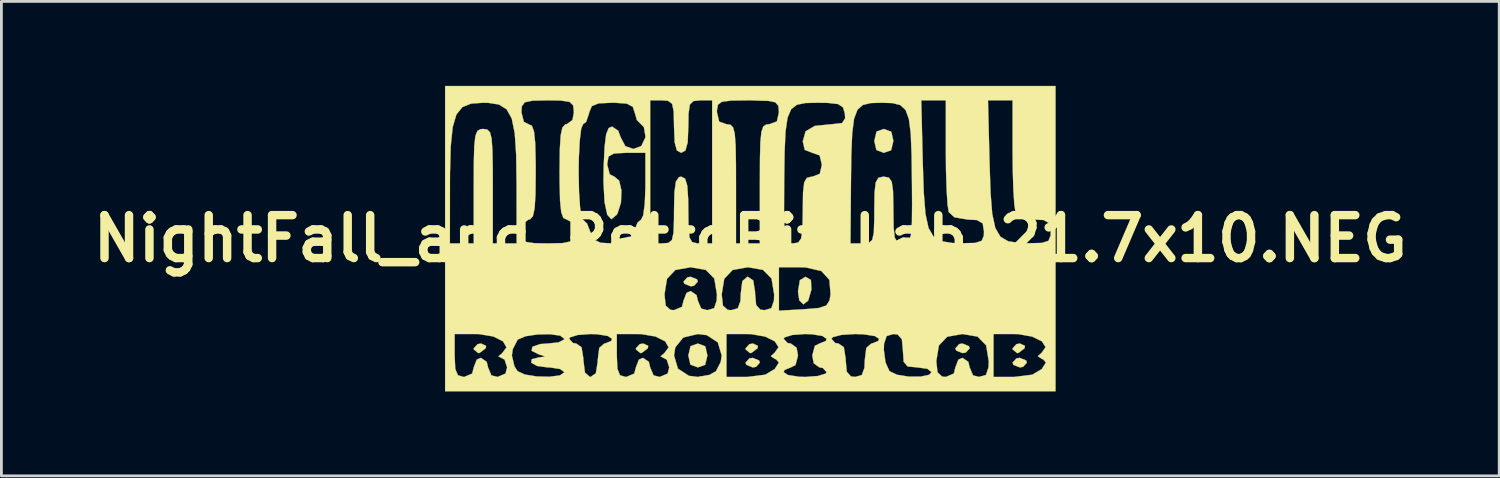
<source format=kicad_pcb>
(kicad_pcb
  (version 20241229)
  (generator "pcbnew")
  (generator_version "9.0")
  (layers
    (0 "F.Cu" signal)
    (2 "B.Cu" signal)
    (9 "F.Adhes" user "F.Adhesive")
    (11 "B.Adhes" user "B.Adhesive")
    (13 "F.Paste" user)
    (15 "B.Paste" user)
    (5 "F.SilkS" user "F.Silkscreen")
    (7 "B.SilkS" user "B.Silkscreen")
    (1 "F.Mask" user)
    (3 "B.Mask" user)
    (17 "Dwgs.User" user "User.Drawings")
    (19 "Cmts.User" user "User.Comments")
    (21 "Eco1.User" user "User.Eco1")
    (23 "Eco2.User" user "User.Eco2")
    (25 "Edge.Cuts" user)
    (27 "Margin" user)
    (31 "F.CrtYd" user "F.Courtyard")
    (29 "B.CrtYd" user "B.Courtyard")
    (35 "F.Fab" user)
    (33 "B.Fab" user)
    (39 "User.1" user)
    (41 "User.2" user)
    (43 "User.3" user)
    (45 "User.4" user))
  (footprint "NightFall_and_RetroBit_Lab_21.7x10.NEG"
    (layer "F.Cu")
    (at 23.593 5.424)
    (property "Reference" "NightFall_and_RetroBit_Lab_21.7x10.NEG" (at 0 0 0) (layer "F.SilkS") (effects (font (size 1.524 1.524) (thickness 0.3))))
    (attr through_hole)
    (fp_poly (pts (xy -9.382 3.807) (xy -9.398 3.895) (xy -9.614 4.058) (xy -9.662 4.064) (xy -9.817 3.935) (xy -9.821 3.895) (xy -9.684 3.746) (xy -9.557 3.725) (xy -9.382 3.807)) (stroke (width 0.01) (type solid)) (fill yes) (layer "F.SilkS"))
    (fp_poly (pts (xy -3.625 3.807) (xy -3.641 3.895) (xy -3.857 4.058) (xy -3.905 4.064) (xy -4.059 3.935) (xy -4.064 3.895) (xy -3.926 3.746) (xy -3.8 3.725) (xy -3.625 3.807)) (stroke (width 0.01) (type solid)) (fill yes) (layer "F.SilkS"))
    (fp_poly (pts (xy -1.891 1.446) (xy -1.863 1.524) (xy -2 1.674) (xy -2.117 1.693) (xy -2.342 1.602) (xy -2.371 1.524) (xy -2.234 1.374) (xy -2.117 1.355) (xy -1.891 1.446)) (stroke (width 0.01) (type solid)) (fill yes) (layer "F.SilkS"))
    (fp_poly (pts (xy -1.597 3.825) (xy -1.524 4.149) (xy -1.603 4.481) (xy -1.863 4.572) (xy -2.128 4.473) (xy -2.201 4.149) (xy -2.122 3.817) (xy -1.863 3.725) (xy -1.597 3.825)) (stroke (width 0.01) (type solid)) (fill yes) (layer "F.SilkS"))
    (fp_poly (pts (xy 0.27 3.807) (xy 0.254 3.895) (xy 0.038 4.058) (xy -0.01 4.064) (xy -0.165 3.935) (xy -0.169 3.895) (xy -0.032 3.746) (xy 0.095 3.725) (xy 0.27 3.807)) (stroke (width 0.01) (type solid)) (fill yes) (layer "F.SilkS"))
    (fp_poly (pts (xy 0.31 4.325) (xy 0.339 4.403) (xy 0.202 4.553) (xy 0.085 4.572) (xy -0.141 4.481) (xy -0.169 4.403) (xy -0.032 4.252) (xy 0.085 4.233) (xy 0.31 4.325)) (stroke (width 0.01) (type solid)) (fill yes) (layer "F.SilkS"))
    (fp_poly (pts (xy 2.152 1.467) (xy 2.17 1.807) (xy 2.055 2.202) (xy 1.884 2.333) (xy 1.739 2.191) (xy 1.693 1.877) (xy 1.76 1.475) (xy 1.959 1.355) (xy 2.152 1.467)) (stroke (width 0.01) (type solid)) (fill yes) (layer "F.SilkS"))
    (fp_poly (pts (xy 5.007 -3.795) (xy 5.08 -3.471) (xy 5.001 -3.139) (xy 4.741 -3.048) (xy 4.476 -3.147) (xy 4.403 -3.471) (xy 4.482 -3.803) (xy 4.741 -3.895) (xy 5.007 -3.795)) (stroke (width 0.01) (type solid)) (fill yes) (layer "F.SilkS"))
    (fp_poly (pts (xy 7.761 3.817) (xy 7.789 3.895) (xy 7.652 4.045) (xy 7.535 4.064) (xy 7.31 3.973) (xy 7.281 3.895) (xy 7.418 3.744) (xy 7.535 3.725) (xy 7.761 3.817)) (stroke (width 0.01) (type solid)) (fill yes) (layer "F.SilkS"))
    (fp_poly (pts (xy 9.753 3.807) (xy 9.737 3.895) (xy 9.52 4.058) (xy 9.473 4.064) (xy 9.318 3.935) (xy 9.313 3.895) (xy 9.451 3.746) (xy 9.577 3.725) (xy 9.753 3.807)) (stroke (width 0.01) (type solid)) (fill yes) (layer "F.SilkS"))
    (fp_poly (pts (xy 9.793 4.325) (xy 9.821 4.403) (xy 9.684 4.553) (xy 9.567 4.572) (xy 9.342 4.481) (xy 9.313 4.403) (xy 9.45 4.252) (xy 9.567 4.233) (xy 9.793 4.325)) (stroke (width 0.01) (type solid)) (fill yes) (layer "F.SilkS"))
    (fp_poly (pts (xy 10.837 5.419) (xy -10.837 5.419) (xy -10.837 3.387) (xy -10.499 3.387) (xy -10.499 4.149) (xy -10.477 4.625) (xy -10.384 4.85) (xy -10.184 4.91) (xy -10.16 4.911) (xy -9.877 4.791) (xy -9.821 4.572) (xy -9.715 4.296) (xy -9.567 4.233) (xy -9.36 4.375) (xy -9.313 4.572) (xy -9.194 4.855) (xy -8.975 4.911) (xy -8.692 4.791) (xy -8.636 4.572) (xy -8.725 4.296) (xy -8.848 4.231) (xy -8.945 4.179) (xy -8.908 4.149) (xy -8.467 4.149) (xy -8.375 4.537) (xy -8.263 4.707) (xy -8.001 4.827) (xy -7.583 4.893) (xy -7.131 4.904) (xy -6.764 4.857) (xy -6.604 4.748) (xy -6.604 4.741) (xy -6.753 4.629) (xy -7.119 4.573) (xy -7.197 4.572) (xy -7.576 4.52) (xy -7.781 4.403) (xy -7.76 4.28) (xy -7.493 4.214) (xy -7.284 4.19) (xy -7.405 4.14) (xy -7.493 4.117) (xy -7.765 3.983) (xy -7.741 3.842) (xy -7.459 3.743) (xy -7.197 3.725) (xy -6.805 3.683) (xy -6.609 3.578) (xy -6.604 3.556) (xy -6.435 3.556) (xy -6.298 3.706) (xy -6.181 3.725) (xy -5.993 3.854) (xy -5.927 4.264) (xy -5.927 4.318) (xy -5.872 4.756) (xy -5.696 4.91) (xy -5.673 4.911) (xy -5.485 4.782) (xy -5.419 4.372) (xy -5.419 4.318) (xy -5.364 3.88) (xy -5.188 3.726) (xy -5.165 3.725) (xy -4.939 3.634) (xy -4.911 3.556) (xy -5.062 3.455) (xy -5.445 3.394) (xy -5.673 3.387) (xy -4.741 3.387) (xy -4.741 4.149) (xy -4.719 4.625) (xy -4.627 4.85) (xy -4.427 4.91) (xy -4.403 4.911) (xy -4.12 4.791) (xy -4.064 4.572) (xy -3.958 4.296) (xy -3.81 4.233) (xy -3.603 4.375) (xy -3.556 4.572) (xy -3.436 4.855) (xy -3.217 4.911) (xy -2.934 4.791) (xy -2.879 4.572) (xy -2.967 4.296) (xy -3.09 4.231) (xy -3.188 4.179) (xy -3.15 4.149) (xy -2.709 4.149) (xy -2.571 4.615) (xy -2.181 4.871) (xy -1.863 4.911) (xy -1.45 4.837) (xy -1.219 4.707) (xy -1.05 4.377) (xy -1.016 4.149) (xy -1.154 3.682) (xy -1.545 3.427) (xy -1.863 3.387) (xy -0.847 3.387) (xy -0.847 4.911) (xy -0.105 4.911) (xy 0.532 4.831) (xy 0.868 4.629) (xy 1.014 4.398) (xy 0.913 4.285) (xy 0.87 4.27) (xy 0.728 4.173) (xy 0.859 4.056) (xy 1.002 3.854) (xy 0.871 3.647) (xy 0.686 3.556) (xy 1.185 3.556) (xy 1.322 3.706) (xy 1.439 3.725) (xy 1.644 3.873) (xy 1.693 4.149) (xy 1.605 4.489) (xy 1.439 4.572) (xy 1.214 4.663) (xy 1.185 4.741) (xy 1.337 4.842) (xy 1.72 4.903) (xy 1.947 4.911) (xy 2.402 4.877) (xy 2.674 4.792) (xy 2.709 4.741) (xy 2.572 4.591) (xy 2.455 4.572) (xy 2.251 4.425) (xy 2.201 4.149) (xy 2.29 3.808) (xy 2.455 3.725) (xy 2.681 3.634) (xy 2.709 3.556) (xy 2.879 3.556) (xy 3.016 3.706) (xy 3.133 3.725) (xy 3.321 3.854) (xy 3.386 4.264) (xy 3.387 4.318) (xy 3.425 4.726) (xy 3.572 4.891) (xy 3.725 4.911) (xy 3.959 4.844) (xy 4.053 4.586) (xy 4.064 4.318) (xy 4.111 3.945) (xy 4.741 3.945) (xy 4.8 4.394) (xy 4.94 4.703) (xy 4.945 4.707) (xy 5.211 4.833) (xy 5.618 4.898) (xy 6.04 4.9) (xy 6.35 4.835) (xy 6.435 4.741) (xy 6.288 4.622) (xy 5.933 4.572) (xy 5.927 4.572) (xy 5.585 4.539) (xy 5.445 4.371) (xy 5.444 4.352) (xy 6.604 4.352) (xy 6.647 4.746) (xy 6.813 4.898) (xy 6.943 4.911) (xy 7.226 4.791) (xy 7.281 4.572) (xy 7.387 4.296) (xy 7.535 4.233) (xy 7.742 4.375) (xy 7.789 4.572) (xy 7.909 4.855) (xy 8.128 4.911) (xy 8.367 4.84) (xy 8.459 4.567) (xy 8.467 4.352) (xy 8.374 3.789) (xy 8.071 3.479) (xy 7.535 3.387) (xy 8.636 3.387) (xy 8.636 4.911) (xy 9.377 4.911) (xy 10.014 4.831) (xy 10.351 4.629) (xy 10.497 4.398) (xy 10.395 4.285) (xy 10.353 4.27) (xy 10.211 4.173) (xy 10.342 4.056) (xy 10.485 3.854) (xy 10.354 3.647) (xy 10.011 3.479) (xy 9.519 3.391) (xy 9.377 3.387) (xy 8.636 3.387) (xy 7.535 3.387) (xy 6.992 3.483) (xy 6.694 3.797) (xy 6.604 4.352) (xy 5.444 4.352) (xy 5.419 3.979) (xy 5.381 3.571) (xy 5.233 3.406) (xy 5.08 3.387) (xy 4.841 3.458) (xy 4.749 3.731) (xy 4.741 3.945) (xy 4.111 3.945) (xy 4.119 3.88) (xy 4.295 3.726) (xy 4.318 3.725) (xy 4.543 3.634) (xy 4.572 3.556) (xy 4.42 3.459) (xy 4.03 3.398) (xy 3.725 3.387) (xy 3.242 3.417) (xy 2.936 3.495) (xy 2.879 3.556) (xy 2.709 3.556) (xy 2.558 3.455) (xy 2.175 3.394) (xy 1.947 3.387) (xy 1.493 3.42) (xy 1.22 3.505) (xy 1.185 3.556) (xy 0.686 3.556) (xy 0.529 3.479) (xy 0.036 3.391) (xy -0.105 3.387) (xy -0.847 3.387) (xy -1.863 3.387) (xy -2.381 3.511) (xy -2.665 3.862) (xy -2.709 4.149) (xy -3.15 4.149) (xy -3.059 4.074) (xy -2.901 3.861) (xy -3.022 3.647) (xy -3.364 3.476) (xy -3.869 3.39) (xy -4 3.387) (xy -4.741 3.387) (xy -5.673 3.387) (xy -6.127 3.42) (xy -6.4 3.505) (xy -6.435 3.556) (xy -6.604 3.556) (xy -6.75 3.445) (xy -7.109 3.394) (xy -7.56 3.402) (xy -7.982 3.466) (xy -8.256 3.583) (xy -8.263 3.59) (xy -8.433 3.92) (xy -8.467 4.149) (xy -8.908 4.149) (xy -8.816 4.074) (xy -8.659 3.861) (xy -8.78 3.647) (xy -9.121 3.476) (xy -9.626 3.39) (xy -9.757 3.387) (xy -10.499 3.387) (xy -10.837 3.387) (xy -10.837 1.981) (xy -3.048 1.981) (xy -3.005 2.375) (xy -2.839 2.527) (xy -2.709 2.54) (xy -2.426 2.42) (xy -2.371 2.201) (xy -2.265 1.926) (xy -2.117 1.863) (xy -1.91 2.004) (xy -1.863 2.201) (xy -1.743 2.484) (xy -1.524 2.54) (xy -1.285 2.469) (xy -1.193 2.196) (xy -1.185 1.981) (xy -1.016 1.981) (xy -0.973 2.375) (xy -0.807 2.527) (xy -0.677 2.54) (xy -0.444 2.474) (xy -0.35 2.215) (xy -0.339 1.947) (xy -0.284 1.509) (xy -0.108 1.356) (xy -0.085 1.355) (xy 0.103 1.483) (xy 0.169 1.893) (xy 0.169 1.947) (xy 0.207 2.356) (xy 0.355 2.521) (xy 0.508 2.54) (xy 0.747 2.469) (xy 0.839 2.196) (xy 0.847 1.981) (xy 0.754 1.418) (xy 0.451 1.109) (xy -0.085 1.016) (xy 1.016 1.016) (xy 1.016 2.558) (xy 1.905 2.507) (xy 2.426 2.463) (xy 2.698 2.375) (xy 2.813 2.193) (xy 2.849 1.979) (xy 2.808 1.463) (xy 2.524 1.151) (xy 1.972 1.023) (xy 1.757 1.016) (xy 1.016 1.016) (xy -0.085 1.016) (xy -0.628 1.112) (xy -0.926 1.426) (xy -1.016 1.981) (xy -1.185 1.981) (xy -1.278 1.418) (xy -1.581 1.109) (xy -2.117 1.016) (xy -2.66 1.112) (xy -2.958 1.426) (xy -3.048 1.981) (xy -10.837 1.981) (xy -10.837 0.169) (xy -10.668 0.169) (xy -9.821 0.169) (xy -9.821 -1.863) (xy -9.818 -2.72) (xy -9.802 -3.296) (xy -9.763 -3.645) (xy -9.693 -3.823) (xy -9.582 -3.887) (xy -9.483 -3.895) (xy -9.34 -3.875) (xy -9.244 -3.778) (xy -9.186 -3.547) (xy -9.156 -3.127) (xy -9.145 -2.461) (xy -9.144 -1.863) (xy -9.144 0.169) (xy -8.297 0.169) (xy -8.3 -1.905) (xy -8.314 -2.97) (xy -8.365 -3.743) (xy -8.472 -4.268) (xy -8.594 -4.487) (xy -8.128 -4.487) (xy -8.04 -4.147) (xy -7.874 -4.064) (xy -7.756 -4.008) (xy -7.68 -3.803) (xy -7.638 -3.393) (xy -7.621 -2.723) (xy -7.62 -2.371) (xy -7.628 -1.581) (xy -7.659 -1.074) (xy -7.721 -0.794) (xy -7.821 -0.685) (xy -7.874 -0.677) (xy -8.078 -0.53) (xy -8.128 -0.254) (xy -8.104 -0.012) (xy -7.976 0.115) (xy -7.662 0.162) (xy -7.197 0.169) (xy -6.663 0.158) (xy -6.386 0.1) (xy -6.281 -0.043) (xy -6.265 -0.254) (xy -6.354 -0.594) (xy -6.519 -0.677) (xy -6.638 -0.733) (xy -6.714 -0.938) (xy -6.756 -1.348) (xy -6.772 -2.018) (xy -6.773 -2.371) (xy -6.096 -2.371) (xy -6.082 -1.66) (xy -6.044 -1.096) (xy -5.989 -0.751) (xy -5.945 -0.677) (xy -5.796 -0.534) (xy -5.688 -0.254) (xy -5.567 0.025) (xy -5.319 0.146) (xy -4.911 0.169) (xy -4.461 0.137) (xy -4.235 -0.000065) (xy -4.134 -0.254) (xy -4.003 -0.571) (xy -3.876 -0.677) (xy -3.802 -0.832) (xy -3.748 -1.24) (xy -3.725 -1.815) (xy -3.725 -1.863) (xy -3.725 -3.048) (xy -4.403 -3.048) (xy -4.839 -3.025) (xy -5.033 -2.916) (xy -5.08 -2.662) (xy -5.08 -2.625) (xy -4.992 -2.284) (xy -4.826 -2.201) (xy -4.656 -2.058) (xy -4.576 -1.709) (xy -4.593 -1.28) (xy -4.716 -0.894) (xy -4.744 -0.847) (xy -4.934 -0.69) (xy -5.08 -0.848) (xy -5.176 -1.297) (xy -5.214 -2.014) (xy -5.208 -2.54) (xy -5.174 -3.264) (xy -5.119 -3.707) (xy -5.029 -3.926) (xy -4.911 -3.979) (xy -4.692 -3.835) (xy -4.603 -3.598) (xy -4.439 -3.286) (xy -4.153 -3.184) (xy -3.873 -3.286) (xy -3.728 -3.587) (xy -3.725 -3.641) (xy -3.779 -3.959) (xy -3.883 -4.064) (xy -4.026 -4.208) (xy -4.095 -4.445) (xy -4.174 -4.683) (xy -4.386 -4.795) (xy -4.827 -4.826) (xy -4.911 -4.826) (xy -5.39 -4.803) (xy -5.628 -4.705) (xy -5.72 -4.487) (xy -5.727 -4.445) (xy -5.829 -4.147) (xy -5.938 -4.064) (xy -6.005 -3.907) (xy -6.057 -3.482) (xy -6.089 -2.863) (xy -6.096 -2.371) (xy -6.773 -2.371) (xy -6.765 -3.16) (xy -6.734 -3.667) (xy -6.673 -3.947) (xy -6.572 -4.056) (xy -6.519 -4.064) (xy -6.315 -4.211) (xy -6.265 -4.487) (xy -6.29 -4.73) (xy -6.417 -4.856) (xy -6.732 -4.904) (xy -7.197 -4.911) (xy -3.556 -4.911) (xy -3.556 0.169) (xy -3.133 0.169) (xy -2.911 0.152) (xy -2.785 0.05) (xy -2.727 -0.209) (xy -2.71 -0.7) (xy -2.709 -1.016) (xy -2.694 -1.66) (xy -2.641 -2.029) (xy -2.535 -2.184) (xy -2.455 -2.201) (xy -2.317 -2.132) (xy -2.238 -1.881) (xy -2.205 -1.387) (xy -2.201 -1.016) (xy -2.195 -0.397) (xy -2.159 -0.042) (xy -2.066 0.121) (xy -1.891 0.167) (xy -1.778 0.169) (xy -1.355 0.169) (xy -1.355 -4.487) (xy -1.185 -4.487) (xy -1.106 -4.155) (xy -0.847 -4.064) (xy -0.706 -4.045) (xy -0.611 -3.95) (xy -0.552 -3.725) (xy -0.522 -3.315) (xy -0.51 -2.665) (xy -0.508 -1.947) (xy -0.508 0.169) (xy 0.339 0.169) (xy 0.339 -1.037) (xy 1.198 -1.037) (xy 1.209 -0.452) (xy 1.243 -0.095) (xy 1.308 0.091) (xy 1.414 0.16) (xy 1.524 0.169) (xy 3.556 0.169) (xy 3.979 0.169) (xy 4.201 0.152) (xy 4.327 0.05) (xy 4.385 -0.209) (xy 4.402 -0.7) (xy 4.403 -1.016) (xy 4.412 -1.639) (xy 4.453 -1.996) (xy 4.547 -2.159) (xy 4.714 -2.201) (xy 4.741 -2.201) (xy 4.919 -2.169) (xy 5.021 -2.025) (xy 5.068 -1.696) (xy 5.08 -1.11) (xy 5.08 -1.016) (xy 5.089 -0.393) (xy 5.13 -0.036) (xy 5.224 0.127) (xy 5.392 0.169) (xy 5.419 0.169) (xy 5.56 0.15) (xy 5.655 0.056) (xy 5.711 -0.169) (xy 5.738 -0.58) (xy 5.744 -1.233) (xy 5.74 -1.905) (xy 5.727 -2.962) (xy 5.697 -3.727) (xy 5.631 -4.248) (xy 5.512 -4.571) (xy 5.323 -4.744) (xy 5.047 -4.813) (xy 4.665 -4.826) (xy 4.657 -4.826) (xy 4.273 -4.814) (xy 3.995 -4.746) (xy 3.804 -4.576) (xy 3.684 -4.256) (xy 3.618 -3.74) (xy 3.586 -2.979) (xy 3.573 -1.928) (xy 3.573 -1.905) (xy 3.556 0.169) (xy 1.524 0.169) (xy 1.702 0.137) (xy 1.804 -0.007) (xy 1.851 -0.336) (xy 1.863 -0.922) (xy 1.863 -1.016) (xy 1.872 -1.639) (xy 1.913 -1.996) (xy 2.007 -2.159) (xy 2.174 -2.201) (xy 2.201 -2.201) (xy 2.467 -2.301) (xy 2.54 -2.625) (xy 2.461 -2.957) (xy 2.201 -3.048) (xy 1.932 -3.152) (xy 1.863 -3.453) (xy 1.962 -3.81) (xy 2.292 -4.004) (xy 2.896 -4.064) (xy 2.904 -4.064) (xy 3.258 -4.104) (xy 3.367 -4.274) (xy 3.356 -4.445) (xy 3.289 -4.666) (xy 3.111 -4.78) (xy 2.733 -4.822) (xy 2.378 -4.826) (xy 1.961 -4.816) (xy 1.659 -4.756) (xy 1.452 -4.599) (xy 1.322 -4.296) (xy 1.25 -3.802) (xy 1.217 -3.07) (xy 1.203 -2.051) (xy 1.202 -1.905) (xy 1.198 -1.037) (xy 0.339 -1.037) (xy 0.339 -1.947) (xy 0.342 -2.826) (xy 0.357 -3.421) (xy 0.393 -3.787) (xy 0.458 -3.979) (xy 0.562 -4.053) (xy 0.677 -4.064) (xy 0.943 -4.163) (xy 1.016 -4.487) (xy 0.997 -4.715) (xy 0.888 -4.842) (xy 0.613 -4.897) (xy 0.095 -4.91) (xy -0.085 -4.911) (xy 6.07 -4.911) (xy 6.125 -2.662) (xy 6.16 -1.625) (xy 6.22 -0.879) (xy 6.329 -0.376) (xy 6.51 -0.068) (xy 6.787 0.093) (xy 7.181 0.154) (xy 7.493 0.163) (xy 7.979 0.152) (xy 8.216 0.077) (xy 8.292 -0.108) (xy 8.297 -0.254) (xy 8.251 -0.544) (xy 8.046 -0.66) (xy 7.723 -0.677) (xy 7.244 -0.758) (xy 7.045 -0.945) (xy 7.003 -1.218) (xy 6.97 -1.746) (xy 6.948 -2.449) (xy 6.943 -3.062) (xy 6.943 -4.911) (xy 8.44 -4.911) (xy 8.496 -2.662) (xy 8.531 -1.625) (xy 8.591 -0.879) (xy 8.7 -0.376) (xy 8.881 -0.068) (xy 9.157 0.093) (xy 9.552 0.154) (xy 9.864 0.163) (xy 10.35 0.152) (xy 10.587 0.077) (xy 10.663 -0.108) (xy 10.668 -0.254) (xy 10.622 -0.544) (xy 10.416 -0.66) (xy 10.093 -0.677) (xy 9.614 -0.758) (xy 9.416 -0.945) (xy 9.374 -1.218) (xy 9.34 -1.746) (xy 9.319 -2.449) (xy 9.313 -3.062) (xy 9.313 -4.911) (xy 8.44 -4.911) (xy 6.943 -4.911) (xy 6.07 -4.911) (xy -0.085 -4.911) (xy -0.676 -4.903) (xy -1.006 -4.861) (xy -1.15 -4.756) (xy -1.185 -4.556) (xy -1.185 -4.487) (xy -1.355 -4.487) (xy -1.355 -4.911) (xy -1.778 -4.911) (xy -2.02 -4.886) (xy -2.147 -4.759) (xy -2.194 -4.444) (xy -2.201 -3.979) (xy -2.224 -3.418) (xy -2.304 -3.129) (xy -2.455 -3.048) (xy -2.609 -3.132) (xy -2.687 -3.425) (xy -2.709 -3.979) (xy -2.72 -4.513) (xy -2.778 -4.79) (xy -2.921 -4.895) (xy -3.133 -4.911) (xy -3.556 -4.911) (xy -7.197 -4.911) (xy -7.73 -4.9) (xy -8.008 -4.842) (xy -8.113 -4.699) (xy -8.128 -4.487) (xy -8.594 -4.487) (xy -8.653 -4.593) (xy -8.927 -4.763) (xy -9.312 -4.823) (xy -9.483 -4.826) (xy -9.913 -4.795) (xy -10.225 -4.67) (xy -10.437 -4.407) (xy -10.569 -3.959) (xy -10.638 -3.282) (xy -10.664 -2.328) (xy -10.666 -1.905) (xy -10.668 0.169) (xy -10.837 0.169) (xy -10.837 -5.419) (xy 10.837 -5.419) (xy 10.837 5.419)) (stroke (width 0.01) (type solid)) (fill yes) (layer "F.SilkS")))
  (gr_rect
    (start -3 -3)
    (end 50.186 13.847)
    (stroke (width 0.1) (type default))
    (fill no)
    (layer "Edge.Cuts")))
</source>
